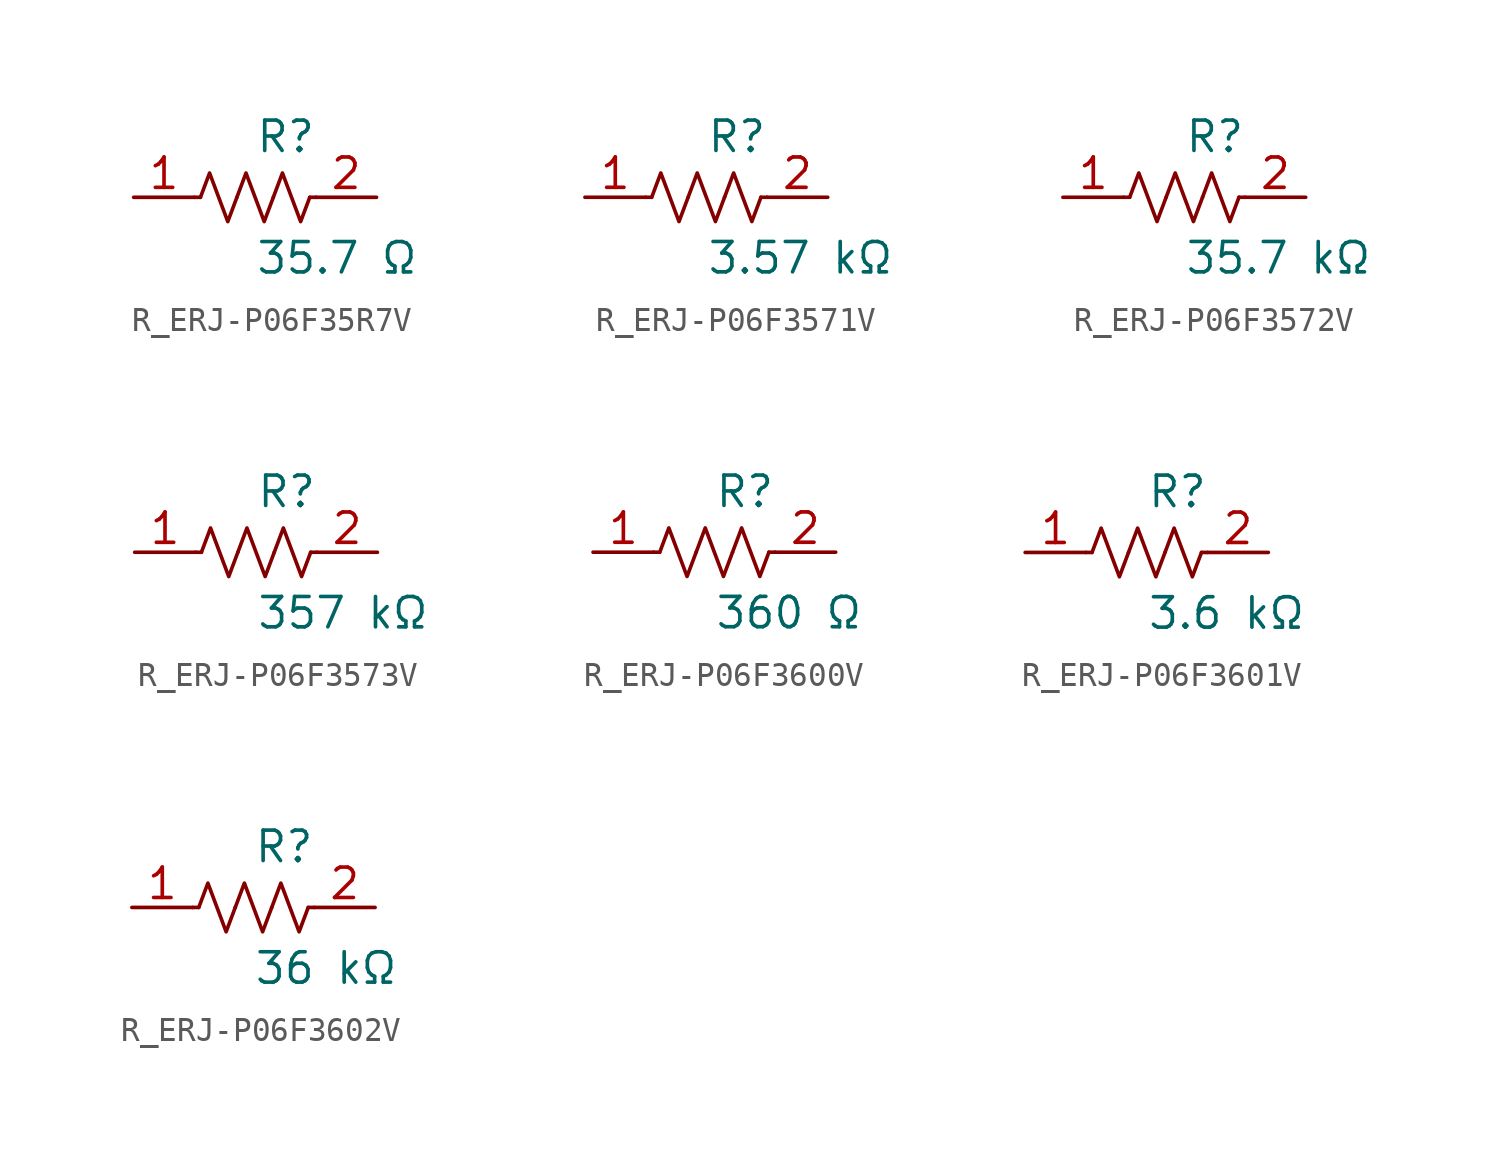
<source format=kicad_sym>
(kicad_symbol_lib
  (version 20231120)
  (generator kicad_symbol_editor)
  (generator_version 8.0)
  (symbol "R_ERJ-P06F35R7V"
    (pin_names
      (offset 0.254))
    (property "Reference" "R"
      (at 0.0 2.54 0)
      (effects (font (size 1.27 1.27)) (justify left)))
    (property "Value" "35.7 Ω"
      (at 0.0 -2.54 0)
      (effects (font (size 1.27 1.27)) (justify left)))
    (symbol "R_ERJ-P06F35R7V_0_1"
      (polyline (pts (xy 2.286 0) (xy 2.54 0)) (stroke (width 0) (type default)) (fill (type none)))
      (polyline (pts (xy -2.286 0) (xy -2.54 0)) (stroke (width 0) (type default)) (fill (type none)))
      (polyline (pts (xy 0.762 0) (xy 1.143 1.016) (xy 1.524 0) (xy 1.905 -1.016) (xy 2.286 0)) (stroke (width 0) (type default)) (fill (type none)))
      (polyline (pts (xy -0.762 0) (xy -0.381 1.016) (xy 0 0) (xy 0.381 -1.016) (xy 0.762 0)) (stroke (width 0) (type default)) (fill (type none)))
      (polyline (pts (xy -2.286 0) (xy -1.905 1.016) (xy -1.524 0) (xy -1.143 -1.016) (xy -0.762 0)) (stroke (width 0) (type default)) (fill (type none))))
    (pin unspecified line
      (at -5.08 0 0)
      (length 2.54)
      (name "" (effects (font (size 1.27 1.27))))
      (number "1" (effects (font (size 1.27 1.27)))))
    (pin unspecified line
      (at 5.08 0 180)
      (length 2.54)
      (name "" (effects (font (size 1.27 1.27))))
      (number "2" (effects (font (size 1.27 1.27))))))
  (symbol "R_ERJ-P06F3571V"
    (pin_names
      (offset 0.254))
    (property "Reference" "R"
      (at 0.0 2.54 0)
      (effects (font (size 1.27 1.27)) (justify left)))
    (property "Value" "3.57 kΩ"
      (at 0.0 -2.54 0)
      (effects (font (size 1.27 1.27)) (justify left)))
    (symbol "R_ERJ-P06F3571V_0_1"
      (polyline (pts (xy 2.286 0) (xy 2.54 0)) (stroke (width 0) (type default)) (fill (type none)))
      (polyline (pts (xy -2.286 0) (xy -2.54 0)) (stroke (width 0) (type default)) (fill (type none)))
      (polyline (pts (xy 0.762 0) (xy 1.143 1.016) (xy 1.524 0) (xy 1.905 -1.016) (xy 2.286 0)) (stroke (width 0) (type default)) (fill (type none)))
      (polyline (pts (xy -0.762 0) (xy -0.381 1.016) (xy 0 0) (xy 0.381 -1.016) (xy 0.762 0)) (stroke (width 0) (type default)) (fill (type none)))
      (polyline (pts (xy -2.286 0) (xy -1.905 1.016) (xy -1.524 0) (xy -1.143 -1.016) (xy -0.762 0)) (stroke (width 0) (type default)) (fill (type none))))
    (pin unspecified line
      (at -5.08 0 0)
      (length 2.54)
      (name "" (effects (font (size 1.27 1.27))))
      (number "1" (effects (font (size 1.27 1.27)))))
    (pin unspecified line
      (at 5.08 0 180)
      (length 2.54)
      (name "" (effects (font (size 1.27 1.27))))
      (number "2" (effects (font (size 1.27 1.27))))))
  (symbol "R_ERJ-P06F3572V"
    (pin_names
      (offset 0.254))
    (property "Reference" "R"
      (at 0.0 2.54 0)
      (effects (font (size 1.27 1.27)) (justify left)))
    (property "Value" "35.7 kΩ"
      (at 0.0 -2.54 0)
      (effects (font (size 1.27 1.27)) (justify left)))
    (symbol "R_ERJ-P06F3572V_0_1"
      (polyline (pts (xy 2.286 0) (xy 2.54 0)) (stroke (width 0) (type default)) (fill (type none)))
      (polyline (pts (xy -2.286 0) (xy -2.54 0)) (stroke (width 0) (type default)) (fill (type none)))
      (polyline (pts (xy 0.762 0) (xy 1.143 1.016) (xy 1.524 0) (xy 1.905 -1.016) (xy 2.286 0)) (stroke (width 0) (type default)) (fill (type none)))
      (polyline (pts (xy -0.762 0) (xy -0.381 1.016) (xy 0 0) (xy 0.381 -1.016) (xy 0.762 0)) (stroke (width 0) (type default)) (fill (type none)))
      (polyline (pts (xy -2.286 0) (xy -1.905 1.016) (xy -1.524 0) (xy -1.143 -1.016) (xy -0.762 0)) (stroke (width 0) (type default)) (fill (type none))))
    (pin unspecified line
      (at -5.08 0 0)
      (length 2.54)
      (name "" (effects (font (size 1.27 1.27))))
      (number "1" (effects (font (size 1.27 1.27)))))
    (pin unspecified line
      (at 5.08 0 180)
      (length 2.54)
      (name "" (effects (font (size 1.27 1.27))))
      (number "2" (effects (font (size 1.27 1.27))))))
  (symbol "R_ERJ-P06F3573V"
    (pin_names
      (offset 0.254))
    (property "Reference" "R"
      (at 0.0 2.54 0)
      (effects (font (size 1.27 1.27)) (justify left)))
    (property "Value" "357 kΩ"
      (at 0.0 -2.54 0)
      (effects (font (size 1.27 1.27)) (justify left)))
    (symbol "R_ERJ-P06F3573V_0_1"
      (polyline (pts (xy 2.286 0) (xy 2.54 0)) (stroke (width 0) (type default)) (fill (type none)))
      (polyline (pts (xy -2.286 0) (xy -2.54 0)) (stroke (width 0) (type default)) (fill (type none)))
      (polyline (pts (xy 0.762 0) (xy 1.143 1.016) (xy 1.524 0) (xy 1.905 -1.016) (xy 2.286 0)) (stroke (width 0) (type default)) (fill (type none)))
      (polyline (pts (xy -0.762 0) (xy -0.381 1.016) (xy 0 0) (xy 0.381 -1.016) (xy 0.762 0)) (stroke (width 0) (type default)) (fill (type none)))
      (polyline (pts (xy -2.286 0) (xy -1.905 1.016) (xy -1.524 0) (xy -1.143 -1.016) (xy -0.762 0)) (stroke (width 0) (type default)) (fill (type none))))
    (pin unspecified line
      (at -5.08 0 0)
      (length 2.54)
      (name "" (effects (font (size 1.27 1.27))))
      (number "1" (effects (font (size 1.27 1.27)))))
    (pin unspecified line
      (at 5.08 0 180)
      (length 2.54)
      (name "" (effects (font (size 1.27 1.27))))
      (number "2" (effects (font (size 1.27 1.27))))))
  (symbol "R_ERJ-P06F3600V"
    (pin_names
      (offset 0.254))
    (property "Reference" "R"
      (at 0.0 2.54 0)
      (effects (font (size 1.27 1.27)) (justify left)))
    (property "Value" "360 Ω"
      (at 0.0 -2.54 0)
      (effects (font (size 1.27 1.27)) (justify left)))
    (symbol "R_ERJ-P06F3600V_0_1"
      (polyline (pts (xy 2.286 0) (xy 2.54 0)) (stroke (width 0) (type default)) (fill (type none)))
      (polyline (pts (xy -2.286 0) (xy -2.54 0)) (stroke (width 0) (type default)) (fill (type none)))
      (polyline (pts (xy 0.762 0) (xy 1.143 1.016) (xy 1.524 0) (xy 1.905 -1.016) (xy 2.286 0)) (stroke (width 0) (type default)) (fill (type none)))
      (polyline (pts (xy -0.762 0) (xy -0.381 1.016) (xy 0 0) (xy 0.381 -1.016) (xy 0.762 0)) (stroke (width 0) (type default)) (fill (type none)))
      (polyline (pts (xy -2.286 0) (xy -1.905 1.016) (xy -1.524 0) (xy -1.143 -1.016) (xy -0.762 0)) (stroke (width 0) (type default)) (fill (type none))))
    (pin unspecified line
      (at -5.08 0 0)
      (length 2.54)
      (name "" (effects (font (size 1.27 1.27))))
      (number "1" (effects (font (size 1.27 1.27)))))
    (pin unspecified line
      (at 5.08 0 180)
      (length 2.54)
      (name "" (effects (font (size 1.27 1.27))))
      (number "2" (effects (font (size 1.27 1.27))))))
  (symbol "R_ERJ-P06F3601V"
    (pin_names
      (offset 0.254))
    (property "Reference" "R"
      (at 0.0 2.54 0)
      (effects (font (size 1.27 1.27)) (justify left)))
    (property "Value" "3.6 kΩ"
      (at 0.0 -2.54 0)
      (effects (font (size 1.27 1.27)) (justify left)))
    (symbol "R_ERJ-P06F3601V_0_1"
      (polyline (pts (xy 2.286 0) (xy 2.54 0)) (stroke (width 0) (type default)) (fill (type none)))
      (polyline (pts (xy -2.286 0) (xy -2.54 0)) (stroke (width 0) (type default)) (fill (type none)))
      (polyline (pts (xy 0.762 0) (xy 1.143 1.016) (xy 1.524 0) (xy 1.905 -1.016) (xy 2.286 0)) (stroke (width 0) (type default)) (fill (type none)))
      (polyline (pts (xy -0.762 0) (xy -0.381 1.016) (xy 0 0) (xy 0.381 -1.016) (xy 0.762 0)) (stroke (width 0) (type default)) (fill (type none)))
      (polyline (pts (xy -2.286 0) (xy -1.905 1.016) (xy -1.524 0) (xy -1.143 -1.016) (xy -0.762 0)) (stroke (width 0) (type default)) (fill (type none))))
    (pin unspecified line
      (at -5.08 0 0)
      (length 2.54)
      (name "" (effects (font (size 1.27 1.27))))
      (number "1" (effects (font (size 1.27 1.27)))))
    (pin unspecified line
      (at 5.08 0 180)
      (length 2.54)
      (name "" (effects (font (size 1.27 1.27))))
      (number "2" (effects (font (size 1.27 1.27))))))
  (symbol "R_ERJ-P06F3602V"
    (pin_names
      (offset 0.254))
    (property "Reference" "R"
      (at 0.0 2.54 0)
      (effects (font (size 1.27 1.27)) (justify left)))
    (property "Value" "36 kΩ"
      (at 0.0 -2.54 0)
      (effects (font (size 1.27 1.27)) (justify left)))
    (symbol "R_ERJ-P06F3602V_0_1"
      (polyline (pts (xy 2.286 0) (xy 2.54 0)) (stroke (width 0) (type default)) (fill (type none)))
      (polyline (pts (xy -2.286 0) (xy -2.54 0)) (stroke (width 0) (type default)) (fill (type none)))
      (polyline (pts (xy 0.762 0) (xy 1.143 1.016) (xy 1.524 0) (xy 1.905 -1.016) (xy 2.286 0)) (stroke (width 0) (type default)) (fill (type none)))
      (polyline (pts (xy -0.762 0) (xy -0.381 1.016) (xy 0 0) (xy 0.381 -1.016) (xy 0.762 0)) (stroke (width 0) (type default)) (fill (type none)))
      (polyline (pts (xy -2.286 0) (xy -1.905 1.016) (xy -1.524 0) (xy -1.143 -1.016) (xy -0.762 0)) (stroke (width 0) (type default)) (fill (type none))))
    (pin unspecified line
      (at -5.08 0 0)
      (length 2.54)
      (name "" (effects (font (size 1.27 1.27))))
      (number "1" (effects (font (size 1.27 1.27)))))
    (pin unspecified line
      (at 5.08 0 180)
      (length 2.54)
      (name "" (effects (font (size 1.27 1.27))))
      (number "2" (effects (font (size 1.27 1.27)))))))
</source>
